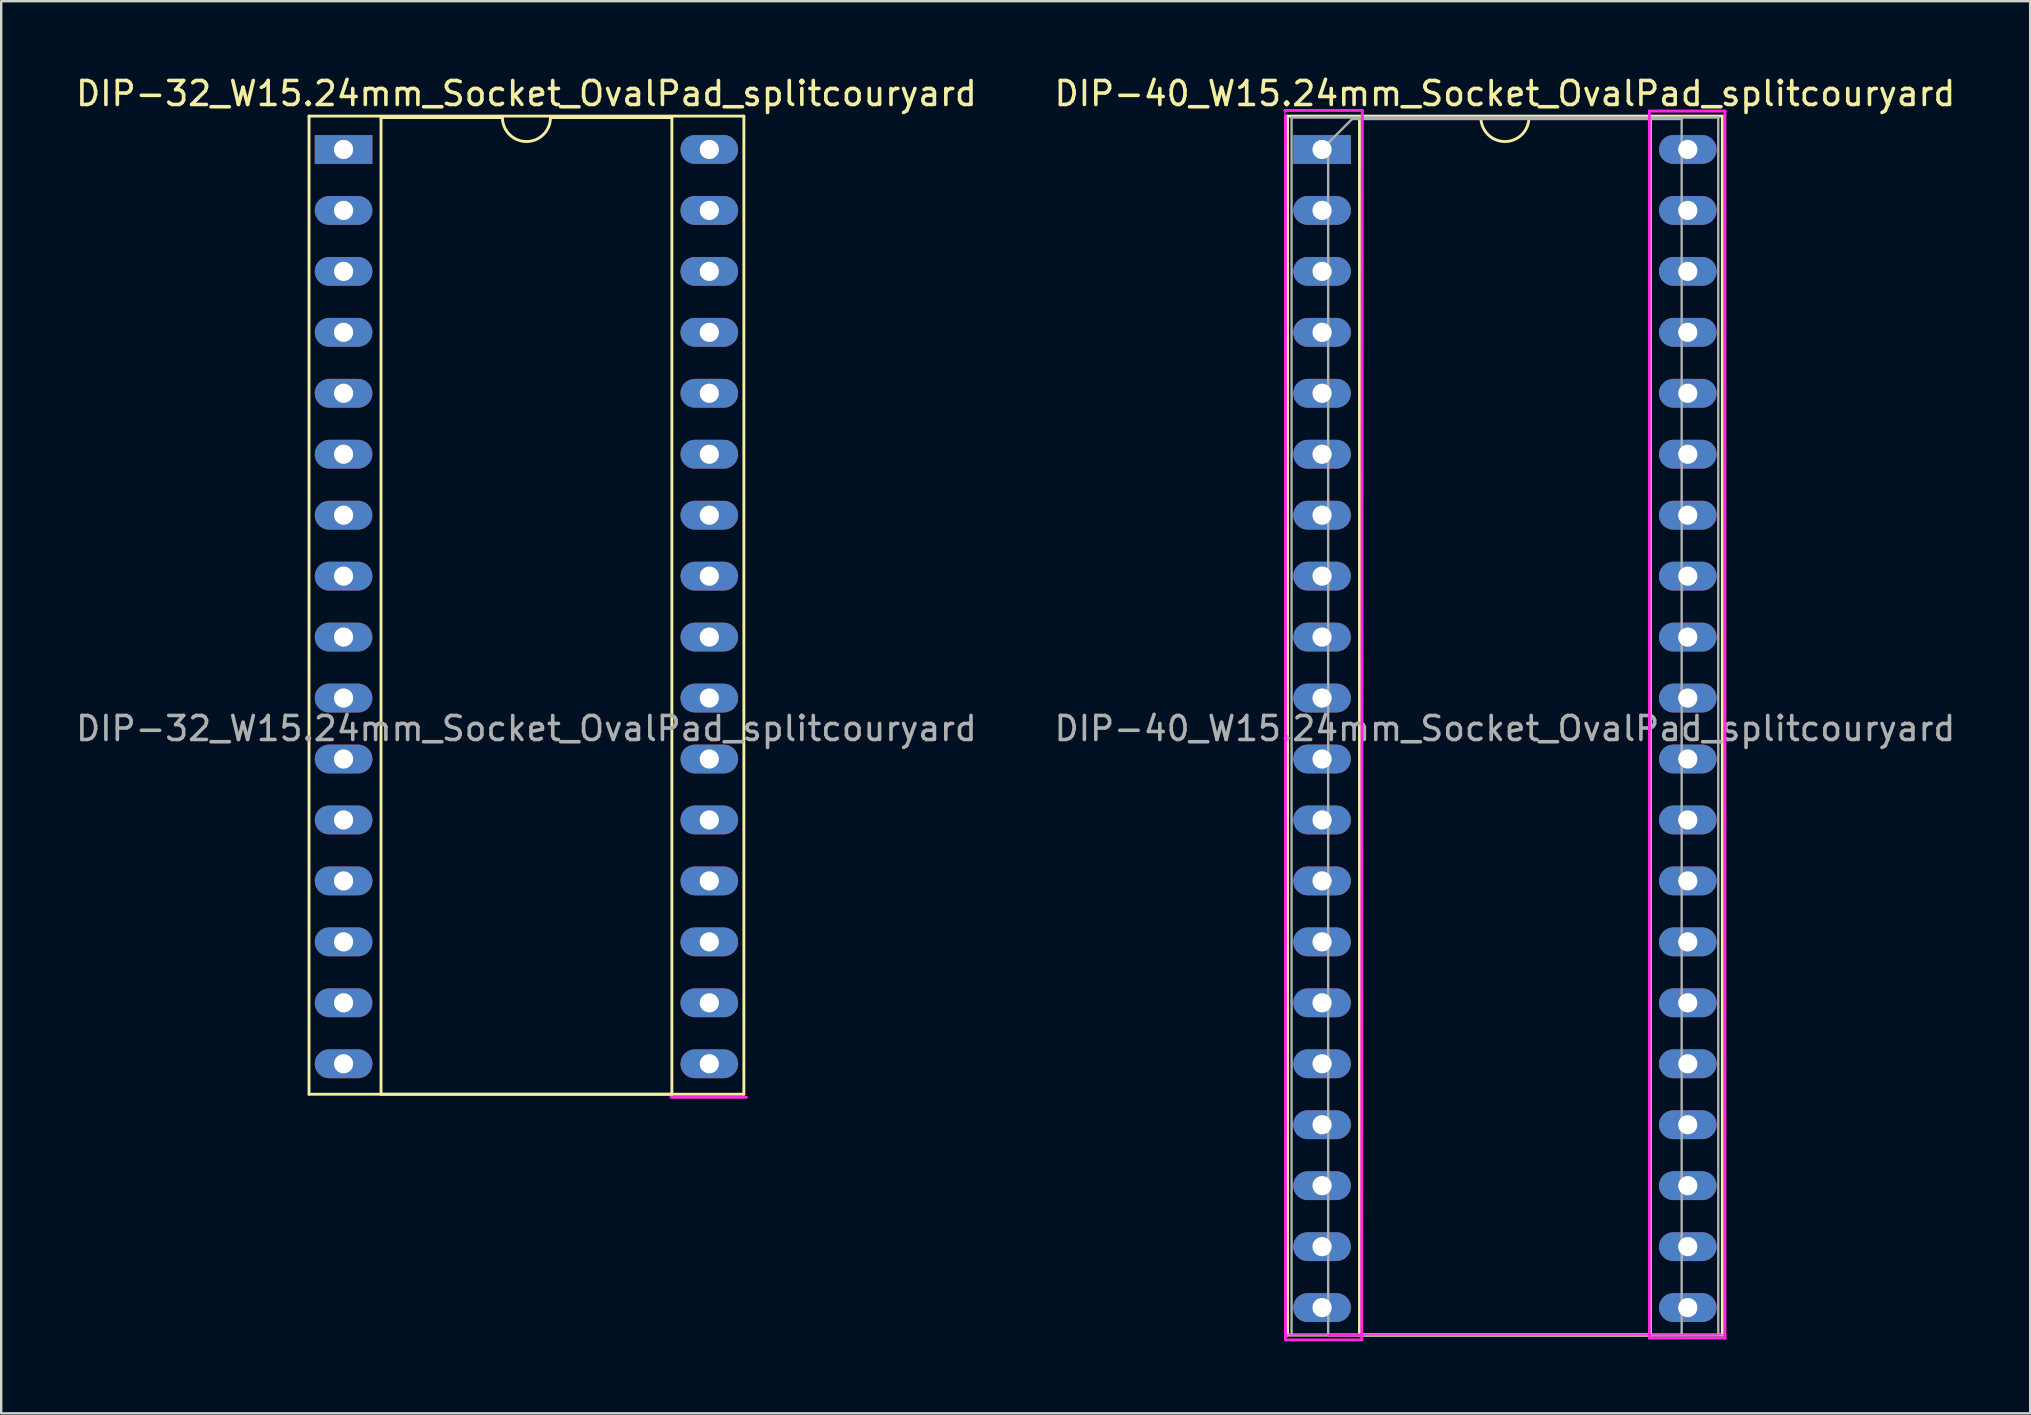
<source format=kicad_pcb>
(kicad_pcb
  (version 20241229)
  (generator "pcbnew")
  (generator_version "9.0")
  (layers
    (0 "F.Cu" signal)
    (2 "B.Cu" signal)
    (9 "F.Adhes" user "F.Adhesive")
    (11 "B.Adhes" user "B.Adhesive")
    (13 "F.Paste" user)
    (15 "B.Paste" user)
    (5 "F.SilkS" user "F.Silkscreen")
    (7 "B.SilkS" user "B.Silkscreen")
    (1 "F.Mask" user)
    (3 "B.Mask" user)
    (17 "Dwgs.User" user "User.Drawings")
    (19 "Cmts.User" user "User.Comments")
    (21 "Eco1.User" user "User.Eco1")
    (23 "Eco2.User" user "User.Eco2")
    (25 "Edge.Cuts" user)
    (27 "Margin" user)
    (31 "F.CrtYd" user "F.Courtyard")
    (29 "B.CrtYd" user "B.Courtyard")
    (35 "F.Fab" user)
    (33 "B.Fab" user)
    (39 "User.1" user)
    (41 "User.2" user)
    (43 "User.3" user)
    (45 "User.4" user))
  (footprint "DIP-40_W15.24mm_Socket_OvalPad_splitcouryard"
    (layer "F.Cu")
    (at 52.041 3.178)
    (property "Reference" "DIP-40_W15.24mm_Socket_OvalPad_splitcouryard" (at 7.62 -2.33 0) (layer "F.SilkS") (effects (font (size 1 1) (thickness 0.15))))
    (attr through_hole)
    (fp_line (start -1.44 -1.39) (end -1.44 49.403) (stroke (width 0.12) (type solid)) (layer "F.SilkS"))
    (fp_line (start -1.44 49.403) (end 16.68 49.403) (stroke (width 0.12) (type solid)) (layer "F.SilkS"))
    (fp_line (start 1.56 -1.33) (end 1.56 49.403) (stroke (width 0.12) (type solid)) (layer "F.SilkS"))
    (fp_line (start 1.56 49.403) (end 13.68 49.403) (stroke (width 0.12) (type solid)) (layer "F.SilkS"))
    (fp_line (start 6.62 -1.33) (end 1.56 -1.33) (stroke (width 0.12) (type solid)) (layer "F.SilkS"))
    (fp_line (start 13.68 -1.33) (end 8.62 -1.33) (stroke (width 0.12) (type solid)) (layer "F.SilkS"))
    (fp_line (start 13.68 49.403) (end 13.68 -1.33) (stroke (width 0.12) (type solid)) (layer "F.SilkS"))
    (fp_line (start 16.68 -1.39) (end -1.44 -1.39) (stroke (width 0.12) (type solid)) (layer "F.SilkS"))
    (fp_line (start 16.68 49.403) (end 16.68 -1.39) (stroke (width 0.12) (type solid)) (layer "F.SilkS"))
    (fp_arc (start 8.62 -1.33) (mid 7.62 -0.33) (end 6.62 -1.33) (stroke (width 0.12) (type solid)) (layer "F.SilkS"))
    (fp_line (start -1.55 -1.6) (end -1.524 39.573) (stroke (width 0.05) (type solid)) (layer "F.CrtYd"))
    (fp_line (start -1.55 49.393) (end 16.8 49.393) (stroke (width 0.05) (type solid)) (layer "F.CrtYd"))
    (fp_line (start -1.524 -1.387) (end -1.524 49.606) (stroke (width 0.12) (type solid)) (layer "F.CrtYd"))
    (fp_line (start -1.524 49.606) (end 1.651 49.606) (stroke (width 0.12) (type solid)) (layer "F.CrtYd"))
    (fp_line (start 0.305 49.403) (end 1.676 49.403) (stroke (width 0.12) (type solid)) (layer "F.CrtYd"))
    (fp_line (start 1.651 49.606) (end 1.676 -1.626) (stroke (width 0.12) (type solid)) (layer "F.CrtYd"))
    (fp_line (start 1.676 -1.626) (end -1.549 -1.626) (stroke (width 0.12) (type solid)) (layer "F.CrtYd"))
    (fp_line (start 13.64 -1.6) (end 13.64 49.53) (stroke (width 0.12) (type solid)) (layer "F.CrtYd"))
    (fp_line (start 13.64 49.53) (end 16.789 49.53) (stroke (width 0.12) (type solid)) (layer "F.CrtYd"))
    (fp_line (start 16.789 -1.6) (end 13.64 -1.6) (stroke (width 0.12) (type solid)) (layer "F.CrtYd"))
    (fp_line (start 16.789 39.37) (end 16.8 -1.6) (stroke (width 0.05) (type solid)) (layer "F.CrtYd"))
    (fp_line (start 16.789 49.53) (end 16.789 -1.6) (stroke (width 0.12) (type solid)) (layer "F.CrtYd"))
    (fp_line (start -1.27 -1.33) (end -1.27 49.403) (stroke (width 0.1) (type solid)) (layer "F.Fab"))
    (fp_line (start -1.27 49.403) (end 16.51 49.403) (stroke (width 0.1) (type solid)) (layer "F.Fab"))
    (fp_line (start 0.255 -0.27) (end 1.255 -1.27) (stroke (width 0.1) (type solid)) (layer "F.Fab"))
    (fp_line (start 0.255 49.403) (end 0.255 -0.27) (stroke (width 0.1) (type solid)) (layer "F.Fab"))
    (fp_line (start 1.255 -1.27) (end 14.985 -1.27) (stroke (width 0.1) (type solid)) (layer "F.Fab"))
    (fp_line (start 14.985 -1.27) (end 14.985 49.403) (stroke (width 0.1) (type solid)) (layer "F.Fab"))
    (fp_line (start 14.985 49.403) (end 0.255 49.403) (stroke (width 0.1) (type solid)) (layer "F.Fab"))
    (fp_line (start 16.51 -1.33) (end -1.27 -1.33) (stroke (width 0.1) (type solid)) (layer "F.Fab"))
    (fp_line (start 16.51 49.403) (end 16.51 -1.33) (stroke (width 0.1) (type solid)) (layer "F.Fab"))
    (fp_text user "${REFERENCE}" (at 7.62 24.13 0) (layer "F.Fab") (effects (font (size 1 1) (thickness 0.15))))
    (pad "1" thru_hole rect (at 0 0) (size 2.4 1.2) (drill 0.8) (layers "*.Cu" "*.Mask"))
    (pad "2" thru_hole oval (at 0 2.54) (size 2.4 1.2) (drill 0.8) (layers "*.Cu" "*.Mask"))
    (pad "3" thru_hole oval (at 0 5.08) (size 2.4 1.2) (drill 0.8) (layers "*.Cu" "*.Mask"))
    (pad "4" thru_hole oval (at 0 7.62) (size 2.4 1.2) (drill 0.8) (layers "*.Cu" "*.Mask"))
    (pad "5" thru_hole oval (at 0 10.16) (size 2.4 1.2) (drill 0.8) (layers "*.Cu" "*.Mask"))
    (pad "6" thru_hole oval (at 0 12.7) (size 2.4 1.2) (drill 0.8) (layers "*.Cu" "*.Mask"))
    (pad "7" thru_hole oval (at 0 15.24) (size 2.4 1.2) (drill 0.8) (layers "*.Cu" "*.Mask"))
    (pad "8" thru_hole oval (at 0 17.78) (size 2.4 1.2) (drill 0.8) (layers "*.Cu" "*.Mask"))
    (pad "9" thru_hole oval (at 0 20.32) (size 2.4 1.2) (drill 0.8) (layers "*.Cu" "*.Mask"))
    (pad "10" thru_hole oval (at 0 22.86) (size 2.4 1.2) (drill 0.8) (layers "*.Cu" "*.Mask"))
    (pad "11" thru_hole oval (at 0 25.4) (size 2.4 1.2) (drill 0.8) (layers "*.Cu" "*.Mask"))
    (pad "12" thru_hole oval (at 0 27.94) (size 2.4 1.2) (drill 0.8) (layers "*.Cu" "*.Mask"))
    (pad "13" thru_hole oval (at 0 30.48) (size 2.4 1.2) (drill 0.8) (layers "*.Cu" "*.Mask"))
    (pad "14" thru_hole oval (at 0 33.02) (size 2.4 1.2) (drill 0.8) (layers "*.Cu" "*.Mask"))
    (pad "15" thru_hole oval (at 0 35.56) (size 2.4 1.2) (drill 0.8) (layers "*.Cu" "*.Mask"))
    (pad "16" thru_hole oval (at 0 38.1) (size 2.4 1.2) (drill 0.8) (layers "*.Cu" "*.Mask"))
    (pad "17" thru_hole oval (at 0 40.64) (size 2.4 1.2) (drill 0.8) (layers "*.Cu" "*.Mask"))
    (pad "18" thru_hole oval (at 0 43.18) (size 2.4 1.2) (drill 0.8) (layers "*.Cu" "*.Mask"))
    (pad "19" thru_hole oval (at 0 45.72) (size 2.4 1.2) (drill 0.8) (layers "*.Cu" "*.Mask"))
    (pad "20" thru_hole oval (at 0 48.26) (size 2.4 1.2) (drill 0.8) (layers "*.Cu" "*.Mask"))
    (pad "21" thru_hole oval (at 15.24 48.26) (size 2.4 1.2) (drill 0.8) (layers "*.Cu" "*.Mask"))
    (pad "22" thru_hole oval (at 15.24 45.72) (size 2.4 1.2) (drill 0.8) (layers "*.Cu" "*.Mask"))
    (pad "23" thru_hole oval (at 15.24 43.18) (size 2.4 1.2) (drill 0.8) (layers "*.Cu" "*.Mask"))
    (pad "24" thru_hole oval (at 15.24 40.64) (size 2.4 1.2) (drill 0.8) (layers "*.Cu" "*.Mask"))
    (pad "25" thru_hole oval (at 15.24 38.1) (size 2.4 1.2) (drill 0.8) (layers "*.Cu" "*.Mask"))
    (pad "26" thru_hole oval (at 15.24 35.56) (size 2.4 1.2) (drill 0.8) (layers "*.Cu" "*.Mask"))
    (pad "27" thru_hole oval (at 15.24 33.02) (size 2.4 1.2) (drill 0.8) (layers "*.Cu" "*.Mask"))
    (pad "28" thru_hole oval (at 15.24 30.48) (size 2.4 1.2) (drill 0.8) (layers "*.Cu" "*.Mask"))
    (pad "29" thru_hole oval (at 15.24 27.94) (size 2.4 1.2) (drill 0.8) (layers "*.Cu" "*.Mask"))
    (pad "30" thru_hole oval (at 15.24 25.4) (size 2.4 1.2) (drill 0.8) (layers "*.Cu" "*.Mask"))
    (pad "31" thru_hole oval (at 15.24 22.86) (size 2.4 1.2) (drill 0.8) (layers "*.Cu" "*.Mask"))
    (pad "32" thru_hole oval (at 15.24 20.32) (size 2.4 1.2) (drill 0.8) (layers "*.Cu" "*.Mask"))
    (pad "33" thru_hole oval (at 15.24 17.78) (size 2.4 1.2) (drill 0.8) (layers "*.Cu" "*.Mask"))
    (pad "34" thru_hole oval (at 15.24 15.24) (size 2.4 1.2) (drill 0.8) (layers "*.Cu" "*.Mask"))
    (pad "35" thru_hole oval (at 15.24 12.7) (size 2.4 1.2) (drill 0.8) (layers "*.Cu" "*.Mask"))
    (pad "36" thru_hole oval (at 15.24 10.16) (size 2.4 1.2) (drill 0.8) (layers "*.Cu" "*.Mask"))
    (pad "37" thru_hole oval (at 15.24 7.62) (size 2.4 1.2) (drill 0.8) (layers "*.Cu" "*.Mask"))
    (pad "38" thru_hole oval (at 15.24 5.08) (size 2.4 1.2) (drill 0.8) (layers "*.Cu" "*.Mask"))
    (pad "39" thru_hole oval (at 15.24 2.54) (size 2.4 1.2) (drill 0.8) (layers "*.Cu" "*.Mask"))
    (pad "40" thru_hole oval (at 15.24 0) (size 2.4 1.2) (drill 0.8) (layers "*.Cu" "*.Mask")))
  (footprint "DIP-32_W15.24mm_Socket_OvalPad_splitcouryard"
    (layer "F.Cu")
    (at 11.267 3.178)
    (property "Reference" "DIP-32_W15.24mm_Socket_OvalPad_splitcouryard" (at 7.62 -2.33 0) (layer "F.SilkS") (effects (font (size 1 1) (thickness 0.15))))
    (attr through_hole)
    (fp_line (start -1.44 -1.39) (end -1.44 39.37) (stroke (width 0.12) (type solid)) (layer "F.SilkS"))
    (fp_line (start -1.44 39.37) (end 16.68 39.37) (stroke (width 0.12) (type solid)) (layer "F.SilkS"))
    (fp_line (start 1.56 -1.33) (end 1.56 39.37) (stroke (width 0.12) (type solid)) (layer "F.SilkS"))
    (fp_line (start 1.56 39.37) (end 13.68 39.37) (stroke (width 0.12) (type solid)) (layer "F.SilkS"))
    (fp_line (start 6.62 -1.33) (end 1.56 -1.33) (stroke (width 0.12) (type solid)) (layer "F.SilkS"))
    (fp_line (start 13.68 -1.33) (end 8.62 -1.33) (stroke (width 0.12) (type solid)) (layer "F.SilkS"))
    (fp_line (start 13.68 39.37) (end 13.68 -1.33) (stroke (width 0.12) (type solid)) (layer "F.SilkS"))
    (fp_line (start 16.68 -1.39) (end -1.44 -1.39) (stroke (width 0.12) (type solid)) (layer "F.SilkS"))
    (fp_line (start 16.68 39.37) (end 16.68 -1.39) (stroke (width 0.12) (type solid)) (layer "F.SilkS"))
    (fp_arc (start 8.62 -1.33) (mid 7.62 -0.33) (end 6.62 -1.33) (stroke (width 0.12) (type solid)) (layer "F.SilkS"))
    (fp_line (start 13.64 39.497) (end 16.789 39.497) (stroke (width 0.12) (type solid)) (layer "F.CrtYd"))
    (fp_text user "${REFERENCE}" (at 7.62 24.13 0) (layer "F.Fab") (effects (font (size 1 1) (thickness 0.15))))
    (pad "1" thru_hole rect (at 0 0) (size 2.4 1.2) (drill 0.8) (layers "*.Cu" "*.Mask"))
    (pad "2" thru_hole oval (at 0 2.54) (size 2.4 1.2) (drill 0.8) (layers "*.Cu" "*.Mask"))
    (pad "3" thru_hole oval (at 0 5.08) (size 2.4 1.2) (drill 0.8) (layers "*.Cu" "*.Mask"))
    (pad "4" thru_hole oval (at 0 7.62) (size 2.4 1.2) (drill 0.8) (layers "*.Cu" "*.Mask"))
    (pad "5" thru_hole oval (at 0 10.16) (size 2.4 1.2) (drill 0.8) (layers "*.Cu" "*.Mask"))
    (pad "6" thru_hole oval (at 0 12.7) (size 2.4 1.2) (drill 0.8) (layers "*.Cu" "*.Mask"))
    (pad "7" thru_hole oval (at 0 15.24) (size 2.4 1.2) (drill 0.8) (layers "*.Cu" "*.Mask"))
    (pad "8" thru_hole oval (at 0 17.78) (size 2.4 1.2) (drill 0.8) (layers "*.Cu" "*.Mask"))
    (pad "9" thru_hole oval (at 0 20.32) (size 2.4 1.2) (drill 0.8) (layers "*.Cu" "*.Mask"))
    (pad "10" thru_hole oval (at 0 22.86) (size 2.4 1.2) (drill 0.8) (layers "*.Cu" "*.Mask"))
    (pad "11" thru_hole oval (at 0 25.4) (size 2.4 1.2) (drill 0.8) (layers "*.Cu" "*.Mask"))
    (pad "12" thru_hole oval (at 0 27.94) (size 2.4 1.2) (drill 0.8) (layers "*.Cu" "*.Mask"))
    (pad "13" thru_hole oval (at 0 30.48) (size 2.4 1.2) (drill 0.8) (layers "*.Cu" "*.Mask"))
    (pad "14" thru_hole oval (at 0 33.02) (size 2.4 1.2) (drill 0.8) (layers "*.Cu" "*.Mask"))
    (pad "15" thru_hole oval (at 0 35.56) (size 2.4 1.2) (drill 0.8) (layers "*.Cu" "*.Mask"))
    (pad "16" thru_hole oval (at 0 38.1) (size 2.4 1.2) (drill 0.8) (layers "*.Cu" "*.Mask"))
    (pad "17" thru_hole oval (at 15.24 38.1) (size 2.4 1.2) (drill 0.8) (layers "*.Cu" "*.Mask"))
    (pad "18" thru_hole oval (at 15.24 35.56) (size 2.4 1.2) (drill 0.8) (layers "*.Cu" "*.Mask"))
    (pad "19" thru_hole oval (at 15.24 33.02) (size 2.4 1.2) (drill 0.8) (layers "*.Cu" "*.Mask"))
    (pad "20" thru_hole oval (at 15.24 30.48) (size 2.4 1.2) (drill 0.8) (layers "*.Cu" "*.Mask"))
    (pad "21" thru_hole oval (at 15.24 27.94) (size 2.4 1.2) (drill 0.8) (layers "*.Cu" "*.Mask"))
    (pad "22" thru_hole oval (at 15.24 25.4) (size 2.4 1.2) (drill 0.8) (layers "*.Cu" "*.Mask"))
    (pad "23" thru_hole oval (at 15.24 22.86) (size 2.4 1.2) (drill 0.8) (layers "*.Cu" "*.Mask"))
    (pad "24" thru_hole oval (at 15.24 20.32) (size 2.4 1.2) (drill 0.8) (layers "*.Cu" "*.Mask"))
    (pad "25" thru_hole oval (at 15.24 17.78) (size 2.4 1.2) (drill 0.8) (layers "*.Cu" "*.Mask"))
    (pad "26" thru_hole oval (at 15.24 15.24) (size 2.4 1.2) (drill 0.8) (layers "*.Cu" "*.Mask"))
    (pad "27" thru_hole oval (at 15.24 12.7) (size 2.4 1.2) (drill 0.8) (layers "*.Cu" "*.Mask"))
    (pad "28" thru_hole oval (at 15.24 10.16) (size 2.4 1.2) (drill 0.8) (layers "*.Cu" "*.Mask"))
    (pad "29" thru_hole oval (at 15.24 7.62) (size 2.4 1.2) (drill 0.8) (layers "*.Cu" "*.Mask"))
    (pad "30" thru_hole oval (at 15.24 5.08) (size 2.4 1.2) (drill 0.8) (layers "*.Cu" "*.Mask"))
    (pad "31" thru_hole oval (at 15.24 2.54) (size 2.4 1.2) (drill 0.8) (layers "*.Cu" "*.Mask"))
    (pad "32" thru_hole oval (at 15.24 0) (size 2.4 1.2) (drill 0.8) (layers "*.Cu" "*.Mask")))
  (gr_rect
    (start -3 -3)
    (end 81.548 55.844)
    (stroke (width 0.1) (type default))
    (fill no)
    (layer "Edge.Cuts")))
</source>
